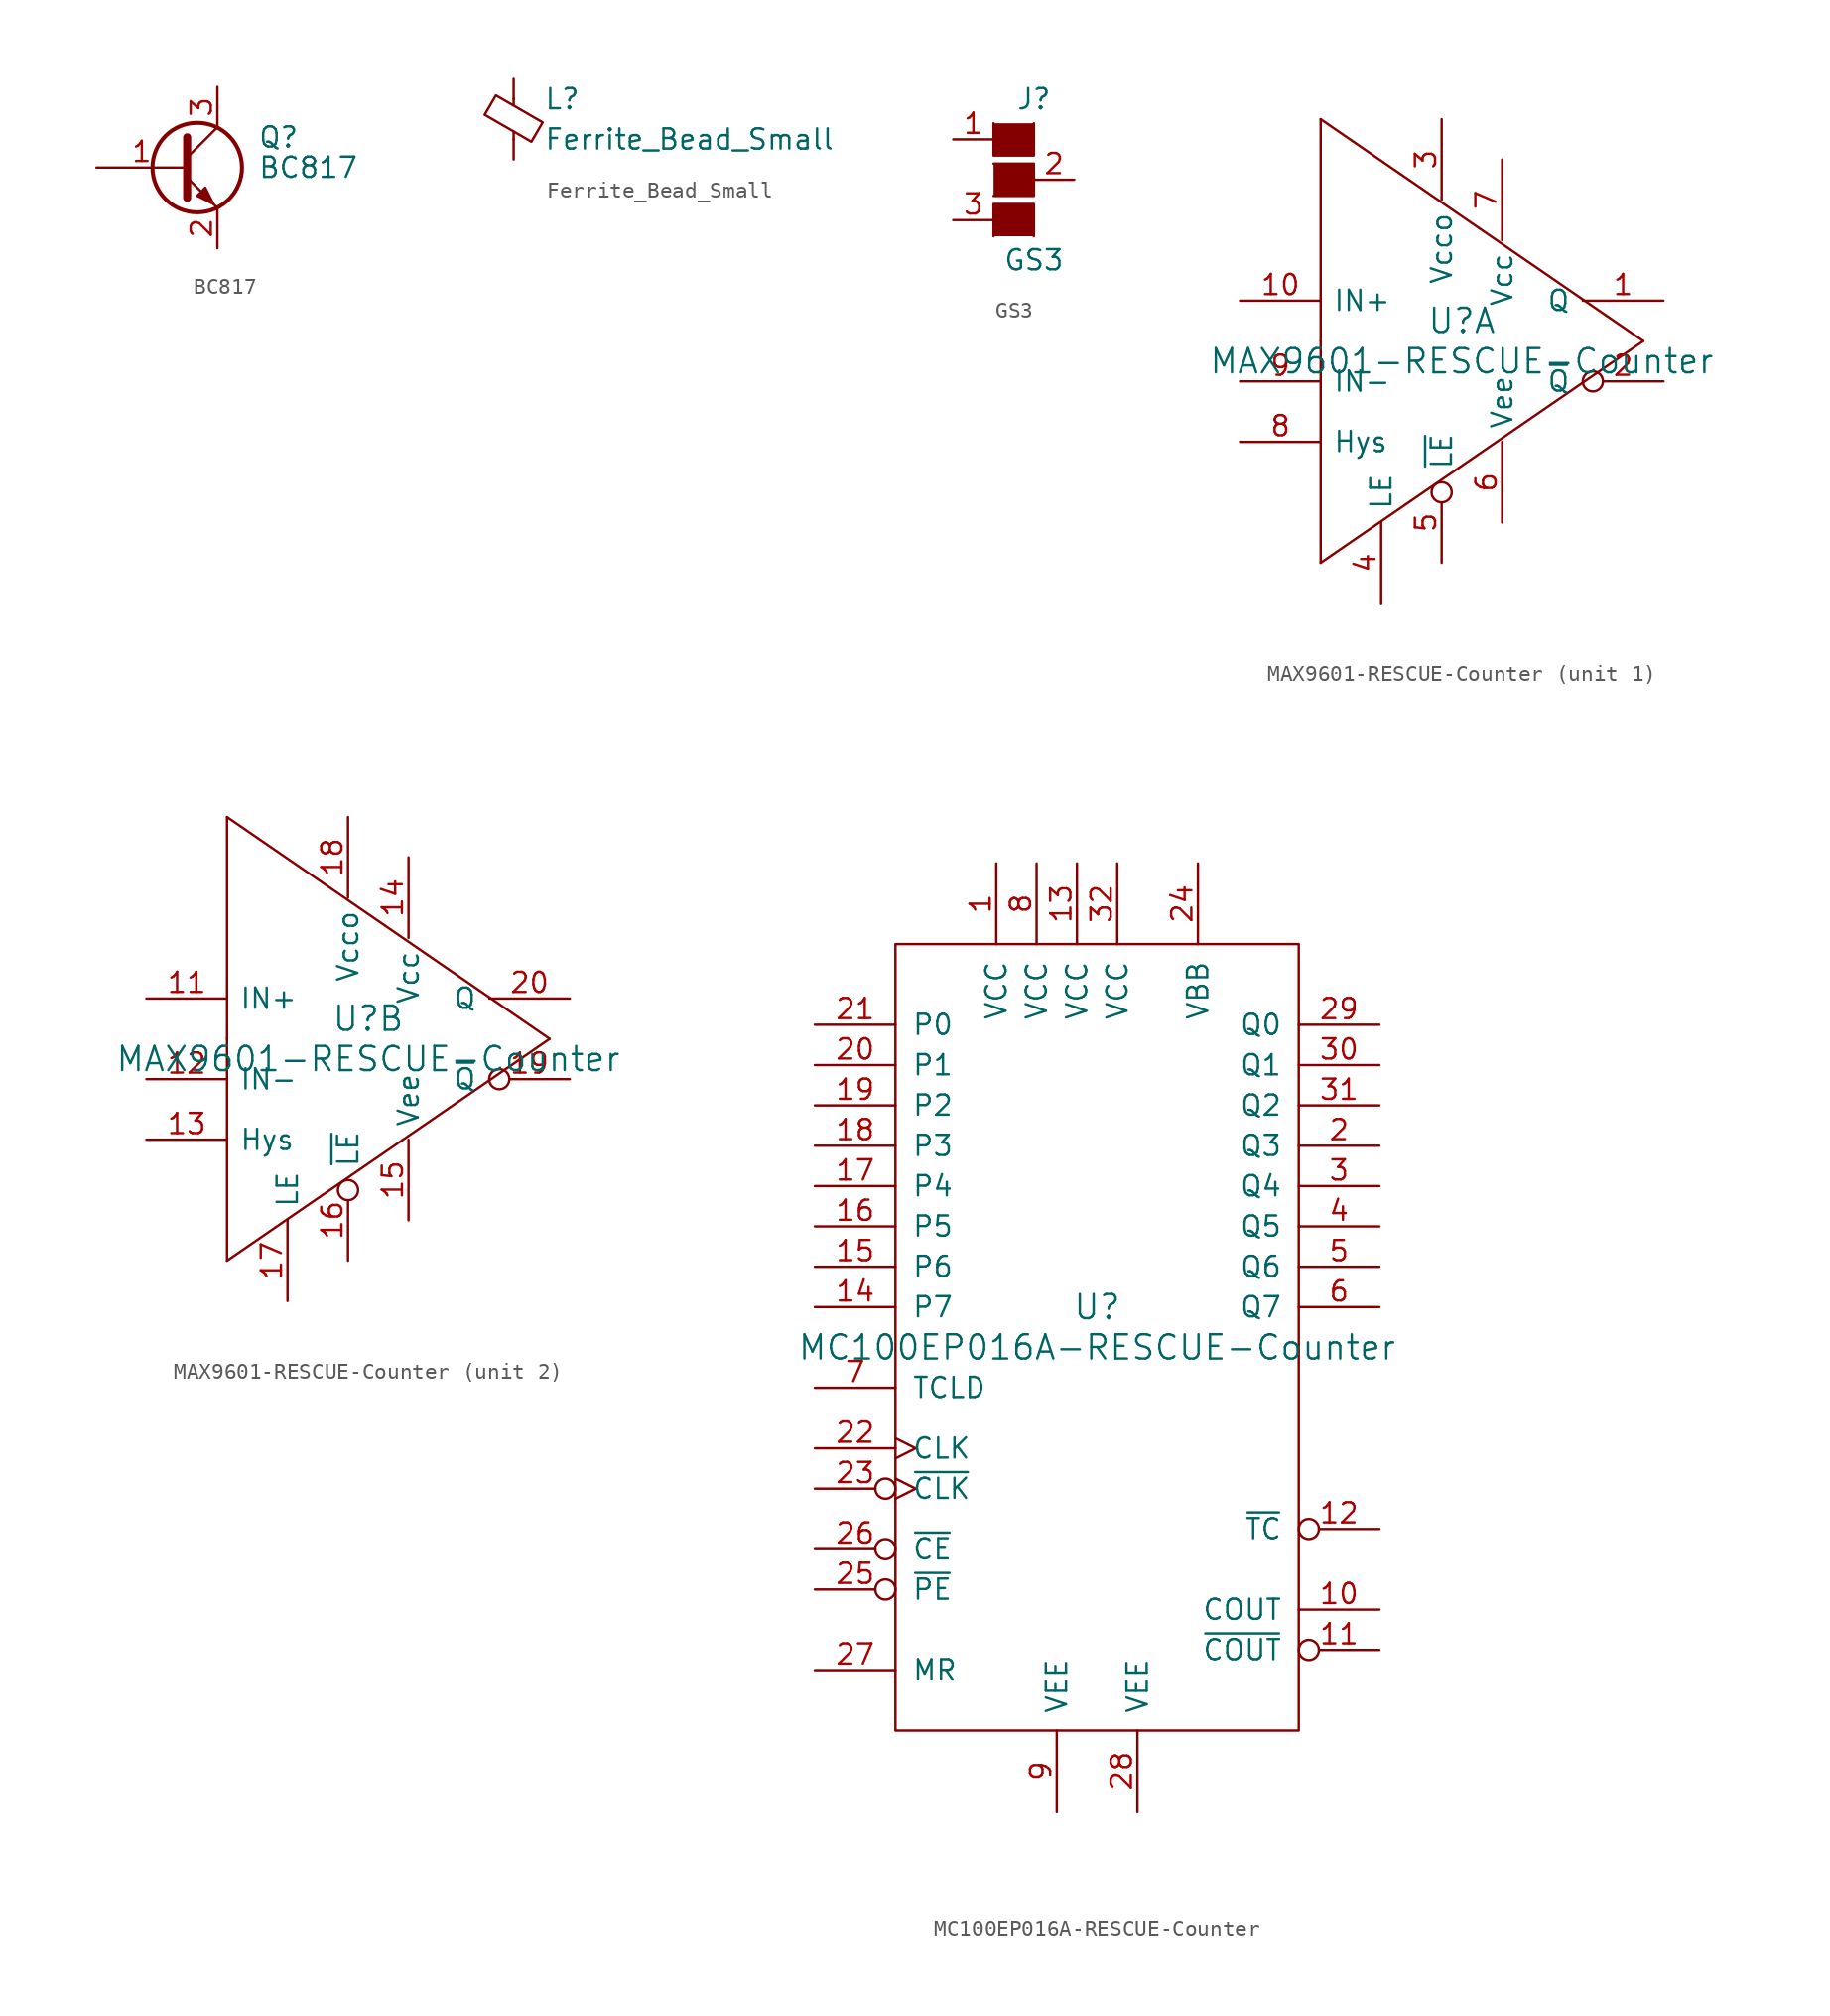
<source format=kicad_sym>
(kicad_symbol_lib
  (version 20231120)
  (generator "kicad_symbol_editor")
  (generator_version "8.0")
  (symbol "BC817"
    (pin_names
      (offset 0) hide)
    (property "Reference" "Q"
      (at 5.08 1.905 0)
      (effects (font (size 1.27 1.27)) (justify left)))
    (property "Value" "BC817"
      (at 5.08 0 0)
      (effects (font (size 1.27 1.27)) (justify left)))
    (symbol "BC817_0_1"
      (polyline (pts (xy 0.635 0.635) (xy 2.54 2.54)) (stroke (width 0) (type solid)) (fill (type none)))
      (polyline (pts (xy 0.635 -0.635) (xy 2.54 -2.54) (xy 2.54 -2.54)) (stroke (width 0) (type solid)) (fill (type none)))
      (polyline (pts (xy 0.635 1.905) (xy 0.635 -1.905) (xy 0.635 -1.905)) (stroke (width 0.508) (type solid)) (fill (type none)))
      (polyline (pts (xy 1.27 -1.778) (xy 1.778 -1.27) (xy 2.286 -2.286) (xy 1.27 -1.778) (xy 1.27 -1.778)) (stroke (width 0) (type solid)) (fill (type outline)))
      (circle (center 1.27 0) (radius 2.819) (stroke (width 0.254) (type solid)) (fill (type none))))
    (symbol "BC817_1_1"
      (pin input line (at -5.08 0 0) (length 5.715) (name "B" (effects (font (size 1.27 1.27)))) (number "1" (effects (font (size 1.27 1.27)))))
      (pin passive line (at 2.54 -5.08 90) (length 2.54) (name "E" (effects (font (size 1.27 1.27)))) (number "2" (effects (font (size 1.27 1.27)))))
      (pin passive line (at 2.54 5.08 270) (length 2.54) (name "C" (effects (font (size 1.27 1.27)))) (number "3" (effects (font (size 1.27 1.27)))))))
  (symbol "Ferrite_Bead_Small"
    (pin_numbers hide)
    (pin_names
      (offset 0))
    (property "Reference" "L"
      (at 1.905 1.27 0)
      (effects (font (size 1.27 1.27)) (justify left)))
    (property "Value" "Ferrite_Bead_Small"
      (at 1.905 -1.27 0)
      (effects (font (size 1.27 1.27)) (justify left)))
    (symbol "Ferrite_Bead_Small_0_1"
      (polyline (pts (xy 0 -1.27) (xy 0 -0.787)) (stroke (width 0) (type solid)) (fill (type none)))
      (polyline (pts (xy 0 0.889) (xy 0 1.295)) (stroke (width 0) (type solid)) (fill (type none)))
      (polyline (pts (xy -1.829 0.279) (xy -1.118 1.499) (xy 1.829 -0.203) (xy 1.118 -1.422) (xy -1.829 0.279)) (stroke (width 0) (type solid)) (fill (type none))))
    (symbol "Ferrite_Bead_Small_1_1"
      (pin passive line (at 0 2.54 270) (length 1.27) (name "~" (effects (font (size 1.27 1.27)))) (number "1" (effects (font (size 1.27 1.27)))))
      (pin passive line (at 0 -2.54 90) (length 1.27) (name "~" (effects (font (size 1.27 1.27)))) (number "2" (effects (font (size 1.27 1.27)))))))
  (symbol "GS3"
    (pin_names
      (offset 1.016) hide)
    (property "Reference" "J"
      (at 1.27 5.08 0)
      (effects (font (size 1.27 1.27))))
    (property "Value" "GS3"
      (at 1.27 -5.055 0)
      (effects (font (size 1.27 1.27))))
    (symbol "GS3_0_1"
      (polyline (pts (xy -1.27 -3.556) (xy -1.27 -1.524) (xy 1.27 -1.524) (xy 1.27 -3.556)) (stroke (width 0) (type solid)) (fill (type outline)))
      (polyline (pts (xy -1.27 1.016) (xy 1.27 1.016) (xy 1.27 -1.016) (xy -1.27 -1.016)) (stroke (width 0) (type solid)) (fill (type outline)))
      (polyline (pts (xy -1.27 3.556) (xy -1.27 1.524) (xy 1.27 1.524) (xy 1.27 3.556)) (stroke (width 0) (type solid)) (fill (type outline))))
    (symbol "GS3_1_1"
      (pin passive line (at -3.81 2.54 0) (length 2.54) (name "G1" (effects (font (size 1.27 1.27)))) (number "1" (effects (font (size 1.27 1.27)))))
      (pin passive line (at 3.81 0 180) (length 2.54) (name "G2" (effects (font (size 1.27 1.27)))) (number "2" (effects (font (size 1.27 1.27)))))
      (pin passive line (at -3.81 -2.54 0) (length 2.54) (name "G3" (effects (font (size 1.27 1.27)))) (number "3" (effects (font (size 1.27 1.27)))))))
  (symbol "MAX9601-RESCUE-Counter"
    (pin_names
      (offset 0.762))
    (property "Reference" "U"
      (at -2.54 1.27 0)
      (effects (font (size 1.524 1.524))))
    (property "Value" "MAX9601-RESCUE-Counter"
      (at -2.54 -1.27 0)
      (effects (font (size 1.524 1.524))))
    (symbol "MAX9601-RESCUE-Counter_0_1"
      (polyline (pts (xy -11.43 -13.97) (xy 8.89 0)) (stroke (width 0) (type solid)) (fill (type none)))
      (polyline (pts (xy -11.43 0) (xy -11.43 -13.97)) (stroke (width 0) (type solid)) (fill (type none)))
      (polyline (pts (xy -11.43 0) (xy -11.43 13.97)) (stroke (width 0) (type solid)) (fill (type none)))
      (polyline (pts (xy 8.89 0) (xy -11.43 13.97)) (stroke (width 0) (type solid)) (fill (type none))))
    (symbol "MAX9601-RESCUE-Counter_1_1"
      (pin output line (at 10.16 2.54 180) (length 5.08) (name "Q" (effects (font (size 1.27 1.27)))) (number "1" (effects (font (size 1.27 1.27)))))
      (pin input line (at -16.51 2.54 0) (length 5.08) (name "IN+" (effects (font (size 1.27 1.27)))) (number "10" (effects (font (size 1.27 1.27)))))
      (pin output inverted (at 10.16 -2.54 180) (length 5.08) (name "~{Q}" (effects (font (size 1.27 1.27)))) (number "2" (effects (font (size 1.27 1.27)))))
      (pin power_in line (at -3.81 13.97 270) (length 5.08) (name "Vcco" (effects (font (size 1.27 1.27)))) (number "3" (effects (font (size 1.27 1.27)))))
      (pin input line (at -7.62 -16.51 90) (length 5.08) (name "LE" (effects (font (size 1.27 1.27)))) (number "4" (effects (font (size 1.27 1.27)))))
      (pin output inverted (at -3.81 -13.97 90) (length 5.08) (name "~{LE}" (effects (font (size 1.27 1.27)))) (number "5" (effects (font (size 1.27 1.27)))))
      (pin power_in line (at 0 -11.43 90) (length 5.08) (name "Vee" (effects (font (size 1.27 1.27)))) (number "6" (effects (font (size 1.27 1.27)))))
      (pin power_in line (at 0 11.43 270) (length 5.08) (name "Vcc" (effects (font (size 1.27 1.27)))) (number "7" (effects (font (size 1.27 1.27)))))
      (pin input line (at -16.51 -6.35 0) (length 5.08) (name "Hys" (effects (font (size 1.27 1.27)))) (number "8" (effects (font (size 1.27 1.27)))))
      (pin input line (at -16.51 -2.54 0) (length 5.08) (name "IN-" (effects (font (size 1.27 1.27)))) (number "9" (effects (font (size 1.27 1.27))))))
    (symbol "MAX9601-RESCUE-Counter_2_1"
      (pin input line (at -16.51 2.54 0) (length 5.08) (name "IN+" (effects (font (size 1.27 1.27)))) (number "11" (effects (font (size 1.27 1.27)))))
      (pin input line (at -16.51 -2.54 0) (length 5.08) (name "IN-" (effects (font (size 1.27 1.27)))) (number "12" (effects (font (size 1.27 1.27)))))
      (pin input line (at -16.51 -6.35 0) (length 5.08) (name "Hys" (effects (font (size 1.27 1.27)))) (number "13" (effects (font (size 1.27 1.27)))))
      (pin power_in line (at 0 11.43 270) (length 5.08) (name "Vcc" (effects (font (size 1.27 1.27)))) (number "14" (effects (font (size 1.27 1.27)))))
      (pin power_in line (at 0 -11.43 90) (length 5.08) (name "Vee" (effects (font (size 1.27 1.27)))) (number "15" (effects (font (size 1.27 1.27)))))
      (pin output inverted (at -3.81 -13.97 90) (length 5.08) (name "~{LE}" (effects (font (size 1.27 1.27)))) (number "16" (effects (font (size 1.27 1.27)))))
      (pin input line (at -7.62 -16.51 90) (length 5.08) (name "LE" (effects (font (size 1.27 1.27)))) (number "17" (effects (font (size 1.27 1.27)))))
      (pin power_in line (at -3.81 13.97 270) (length 5.08) (name "Vcco" (effects (font (size 1.27 1.27)))) (number "18" (effects (font (size 1.27 1.27)))))
      (pin output inverted (at 10.16 -2.54 180) (length 5.08) (name "~{Q}" (effects (font (size 1.27 1.27)))) (number "19" (effects (font (size 1.27 1.27)))))
      (pin output line (at 10.16 2.54 180) (length 5.08) (name "Q" (effects (font (size 1.27 1.27)))) (number "20" (effects (font (size 1.27 1.27)))))))
  (symbol "MC100EP016A-RESCUE-Counter"
    (pin_names
      (offset 1.016))
    (property "Reference" "U"
      (at 0 3.81 0)
      (effects (font (size 1.524 1.524))))
    (property "Value" "MC100EP016A-RESCUE-Counter"
      (at 0 1.27 0)
      (effects (font (size 1.524 1.524))))
    (symbol "MC100EP016A-RESCUE-Counter_0_1"
      (rectangle (start -12.7 -22.86) (end 12.7 26.67) (stroke (width 0) (type solid)) (fill (type none))))
    (symbol "MC100EP016A-RESCUE-Counter_1_1"
      (pin power_in line (at -6.35 31.75 270) (length 5.08) (name "VCC" (effects (font (size 1.27 1.27)))) (number "1" (effects (font (size 1.27 1.27)))))
      (pin output line (at 17.78 -15.24 180) (length 5.08) (name "COUT" (effects (font (size 1.27 1.27)))) (number "10" (effects (font (size 1.27 1.27)))))
      (pin output inverted (at 17.78 -17.78 180) (length 5.08) (name "~{COUT}" (effects (font (size 1.27 1.27)))) (number "11" (effects (font (size 1.27 1.27)))))
      (pin output inverted (at 17.78 -10.16 180) (length 5.08) (name "~{TC}" (effects (font (size 1.27 1.27)))) (number "12" (effects (font (size 1.27 1.27)))))
      (pin power_in line (at -1.27 31.75 270) (length 5.08) (name "VCC" (effects (font (size 1.27 1.27)))) (number "13" (effects (font (size 1.27 1.27)))))
      (pin input line (at -17.78 3.81 0) (length 5.08) (name "P7" (effects (font (size 1.27 1.27)))) (number "14" (effects (font (size 1.27 1.27)))))
      (pin input line (at -17.78 6.35 0) (length 5.08) (name "P6" (effects (font (size 1.27 1.27)))) (number "15" (effects (font (size 1.27 1.27)))))
      (pin input line (at -17.78 8.89 0) (length 5.08) (name "P5" (effects (font (size 1.27 1.27)))) (number "16" (effects (font (size 1.27 1.27)))))
      (pin input line (at -17.78 11.43 0) (length 5.08) (name "P4" (effects (font (size 1.27 1.27)))) (number "17" (effects (font (size 1.27 1.27)))))
      (pin input line (at -17.78 13.97 0) (length 5.08) (name "P3" (effects (font (size 1.27 1.27)))) (number "18" (effects (font (size 1.27 1.27)))))
      (pin input line (at -17.78 16.51 0) (length 5.08) (name "P2" (effects (font (size 1.27 1.27)))) (number "19" (effects (font (size 1.27 1.27)))))
      (pin output line (at 17.78 13.97 180) (length 5.08) (name "Q3" (effects (font (size 1.27 1.27)))) (number "2" (effects (font (size 1.27 1.27)))))
      (pin input line (at -17.78 19.05 0) (length 5.08) (name "P1" (effects (font (size 1.27 1.27)))) (number "20" (effects (font (size 1.27 1.27)))))
      (pin input line (at -17.78 21.59 0) (length 5.08) (name "P0" (effects (font (size 1.27 1.27)))) (number "21" (effects (font (size 1.27 1.27)))))
      (pin input clock (at -17.78 -5.08 0) (length 5.08) (name "CLK" (effects (font (size 1.27 1.27)))) (number "22" (effects (font (size 1.27 1.27)))))
      (pin input inverted_clock (at -17.78 -7.62 0) (length 5.08) (name "~{CLK}" (effects (font (size 1.27 1.27)))) (number "23" (effects (font (size 1.27 1.27)))))
      (pin power_in line (at 6.35 31.75 270) (length 5.08) (name "VBB" (effects (font (size 1.27 1.27)))) (number "24" (effects (font (size 1.27 1.27)))))
      (pin input inverted (at -17.78 -13.97 0) (length 5.08) (name "~{PE}" (effects (font (size 1.27 1.27)))) (number "25" (effects (font (size 1.27 1.27)))))
      (pin input inverted (at -17.78 -11.43 0) (length 5.08) (name "~{CE}" (effects (font (size 1.27 1.27)))) (number "26" (effects (font (size 1.27 1.27)))))
      (pin input line (at -17.78 -19.05 0) (length 5.08) (name "MR" (effects (font (size 1.27 1.27)))) (number "27" (effects (font (size 1.27 1.27)))))
      (pin power_in line (at 2.54 -27.94 90) (length 5.08) (name "VEE" (effects (font (size 1.27 1.27)))) (number "28" (effects (font (size 1.27 1.27)))))
      (pin output line (at 17.78 21.59 180) (length 5.08) (name "Q0" (effects (font (size 1.27 1.27)))) (number "29" (effects (font (size 1.27 1.27)))))
      (pin output line (at 17.78 11.43 180) (length 5.08) (name "Q4" (effects (font (size 1.27 1.27)))) (number "3" (effects (font (size 1.27 1.27)))))
      (pin output line (at 17.78 19.05 180) (length 5.08) (name "Q1" (effects (font (size 1.27 1.27)))) (number "30" (effects (font (size 1.27 1.27)))))
      (pin output line (at 17.78 16.51 180) (length 5.08) (name "Q2" (effects (font (size 1.27 1.27)))) (number "31" (effects (font (size 1.27 1.27)))))
      (pin power_in line (at 1.27 31.75 270) (length 5.08) (name "VCC" (effects (font (size 1.27 1.27)))) (number "32" (effects (font (size 1.27 1.27)))))
      (pin output line (at 17.78 8.89 180) (length 5.08) (name "Q5" (effects (font (size 1.27 1.27)))) (number "4" (effects (font (size 1.27 1.27)))))
      (pin output line (at 17.78 6.35 180) (length 5.08) (name "Q6" (effects (font (size 1.27 1.27)))) (number "5" (effects (font (size 1.27 1.27)))))
      (pin output line (at 17.78 3.81 180) (length 5.08) (name "Q7" (effects (font (size 1.27 1.27)))) (number "6" (effects (font (size 1.27 1.27)))))
      (pin input line (at -17.78 -1.27 0) (length 5.08) (name "TCLD" (effects (font (size 1.27 1.27)))) (number "7" (effects (font (size 1.27 1.27)))))
      (pin power_in line (at -3.81 31.75 270) (length 5.08) (name "VCC" (effects (font (size 1.27 1.27)))) (number "8" (effects (font (size 1.27 1.27)))))
      (pin power_in line (at -2.54 -27.94 90) (length 5.08) (name "VEE" (effects (font (size 1.27 1.27)))) (number "9" (effects (font (size 1.27 1.27))))))))
</source>
